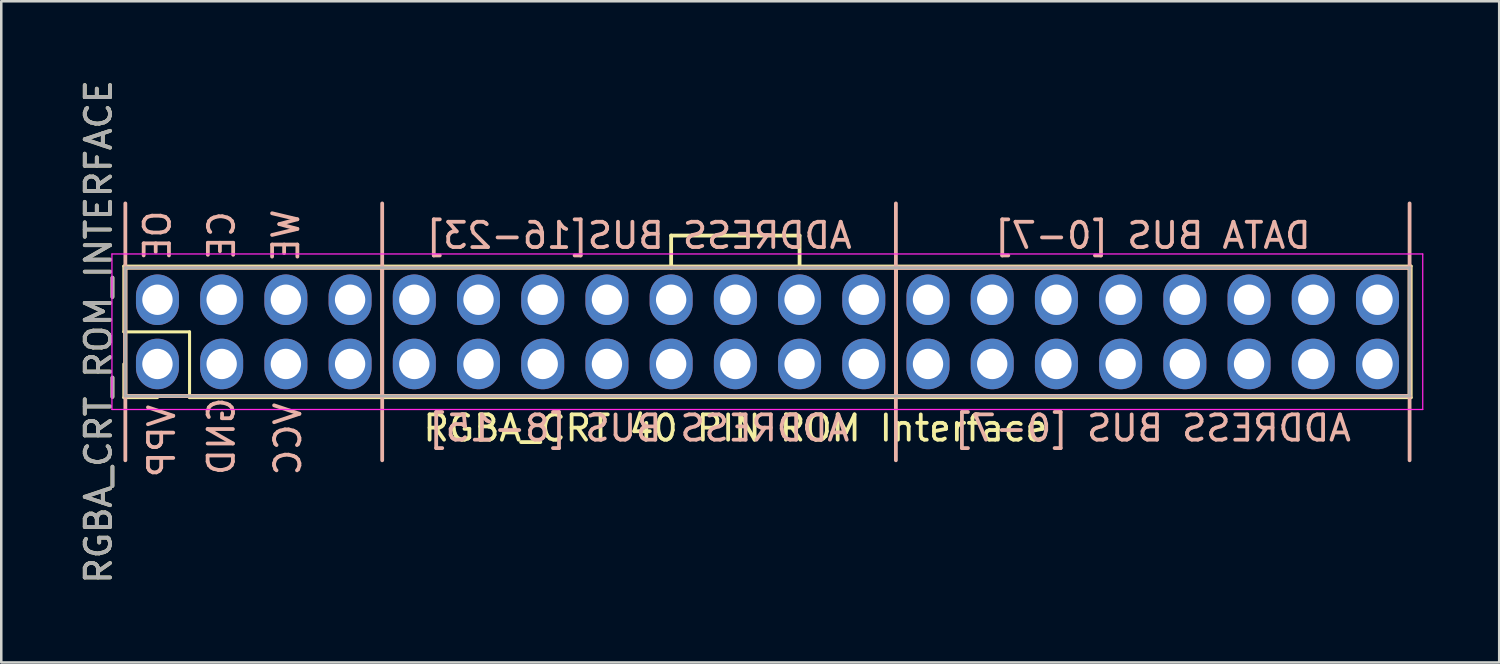
<source format=kicad_pcb>
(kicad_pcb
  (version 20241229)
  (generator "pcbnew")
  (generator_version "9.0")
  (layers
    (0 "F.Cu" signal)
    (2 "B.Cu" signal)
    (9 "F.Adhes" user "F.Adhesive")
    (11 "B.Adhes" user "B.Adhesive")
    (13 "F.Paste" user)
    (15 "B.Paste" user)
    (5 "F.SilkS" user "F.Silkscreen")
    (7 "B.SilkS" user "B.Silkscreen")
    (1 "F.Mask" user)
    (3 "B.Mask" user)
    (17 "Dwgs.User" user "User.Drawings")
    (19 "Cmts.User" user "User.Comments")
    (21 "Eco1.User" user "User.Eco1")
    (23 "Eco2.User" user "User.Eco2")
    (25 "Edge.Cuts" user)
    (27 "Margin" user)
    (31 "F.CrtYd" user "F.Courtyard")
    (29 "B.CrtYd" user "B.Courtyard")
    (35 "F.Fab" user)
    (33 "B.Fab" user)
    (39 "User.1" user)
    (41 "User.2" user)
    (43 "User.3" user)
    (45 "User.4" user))
  (footprint "RGBA_CRT_ROM_INTERFACE"
    (layer "F.Cu")
    (at 26.038 11.347)
    (property "Reference" "RGBA_CRT_ROM_INTERFACE" (at -25.19 -1.27 90) (layer "F.SilkS") (effects (font (size 1 1) (thickness 0.15))))
    (attr through_hole)
    (fp_line (start -24.19 -3.87) (end -24.19 -1.27) (stroke (width 0.12) (type solid)) (layer "F.SilkS"))
    (fp_line (start -24.19 -1.27) (end -21.59 -1.27) (stroke (width 0.12) (type solid)) (layer "F.SilkS"))
    (fp_line (start -24.19 1.33) (end -24.19 0) (stroke (width 0.12) (type solid)) (layer "F.SilkS"))
    (fp_line (start -24.13 -3.81) (end -24.13 1.27) (stroke (width 0.15) (type solid)) (layer "F.SilkS"))
    (fp_line (start -24.13 1.27) (end 26.67 1.27) (stroke (width 0.15) (type solid)) (layer "F.SilkS"))
    (fp_line (start -22.86 1.33) (end -24.19 1.33) (stroke (width 0.12) (type solid)) (layer "F.SilkS"))
    (fp_line (start -21.59 -1.27) (end -21.59 1.33) (stroke (width 0.12) (type solid)) (layer "F.SilkS"))
    (fp_line (start -21.59 1.33) (end 26.73 1.33) (stroke (width 0.12) (type solid)) (layer "F.SilkS"))
    (fp_line (start -13.97 1.27) (end -13.97 -3.81) (stroke (width 0.15) (type solid)) (layer "F.SilkS"))
    (fp_line (start -2.54 -5.08) (end 2.54 -5.08) (stroke (width 0.15) (type solid)) (layer "F.SilkS"))
    (fp_line (start -2.54 -3.81) (end -2.54 -5.08) (stroke (width 0.15) (type solid)) (layer "F.SilkS"))
    (fp_line (start 2.54 -5.08) (end 2.54 -3.81) (stroke (width 0.15) (type solid)) (layer "F.SilkS"))
    (fp_line (start 6.35 -3.81) (end 6.35 1.27) (stroke (width 0.15) (type solid)) (layer "F.SilkS"))
    (fp_line (start 26.67 -3.81) (end -24.13 -3.81) (stroke (width 0.15) (type solid)) (layer "F.SilkS"))
    (fp_line (start 26.67 1.27) (end 26.67 -3.81) (stroke (width 0.15) (type solid)) (layer "F.SilkS"))
    (fp_line (start 26.73 -3.87) (end -24.19 -3.87) (stroke (width 0.12) (type solid)) (layer "F.SilkS"))
    (fp_line (start 26.73 1.33) (end 26.73 -3.87) (stroke (width 0.12) (type solid)) (layer "F.SilkS"))
    (fp_line (start -24.13 -6.35) (end -24.13 3.81) (stroke (width 0.15) (type solid)) (layer "B.SilkS"))
    (fp_line (start -24.13 -3.81) (end 26.67 -3.81) (stroke (width 0.15) (type solid)) (layer "B.SilkS"))
    (fp_line (start -24.13 1.27) (end -24.13 -3.81) (stroke (width 0.15) (type solid)) (layer "B.SilkS"))
    (fp_line (start -13.97 -6.35) (end -13.97 -3.81) (stroke (width 0.15) (type solid)) (layer "B.SilkS"))
    (fp_line (start -13.97 -3.81) (end -13.97 1.27) (stroke (width 0.15) (type solid)) (layer "B.SilkS"))
    (fp_line (start -13.97 1.27) (end -13.97 3.81) (stroke (width 0.15) (type solid)) (layer "B.SilkS"))
    (fp_line (start 6.35 -6.35) (end 6.35 -3.81) (stroke (width 0.15) (type solid)) (layer "B.SilkS"))
    (fp_line (start 6.35 -3.81) (end 6.35 1.27) (stroke (width 0.15) (type solid)) (layer "B.SilkS"))
    (fp_line (start 6.35 1.27) (end 6.35 3.81) (stroke (width 0.15) (type solid)) (layer "B.SilkS"))
    (fp_line (start 26.67 -6.35) (end 26.67 -3.81) (stroke (width 0.15) (type solid)) (layer "B.SilkS"))
    (fp_line (start 26.67 -3.81) (end 6.35 -3.81) (stroke (width 0.15) (type solid)) (layer "B.SilkS"))
    (fp_line (start 26.67 -3.81) (end 26.67 1.27) (stroke (width 0.15) (type solid)) (layer "B.SilkS"))
    (fp_line (start 26.67 1.27) (end -24.13 1.27) (stroke (width 0.15) (type solid)) (layer "B.SilkS"))
    (fp_line (start 26.67 1.27) (end 6.35 1.27) (stroke (width 0.15) (type solid)) (layer "B.SilkS"))
    (fp_line (start 26.67 3.81) (end 26.67 1.27) (stroke (width 0.15) (type solid)) (layer "B.SilkS"))
    (fp_line (start -24.66 -4.35) (end -24.66 1.8) (stroke (width 0.05) (type solid)) (layer "F.CrtYd"))
    (fp_line (start -24.66 1.8) (end 27.19 1.8) (stroke (width 0.05) (type solid)) (layer "F.CrtYd"))
    (fp_line (start 27.19 -4.35) (end -24.66 -4.35) (stroke (width 0.05) (type solid)) (layer "F.CrtYd"))
    (fp_line (start 27.19 1.8) (end 27.19 -4.35) (stroke (width 0.05) (type solid)) (layer "F.CrtYd"))
    (fp_line (start -24.13 -3.81) (end -24.13 1.27) (stroke (width 0.1) (type solid)) (layer "F.Fab"))
    (fp_line (start -24.13 1.27) (end 26.67 1.27) (stroke (width 0.1) (type solid)) (layer "F.Fab"))
    (fp_line (start 26.67 -3.81) (end -24.13 -3.81) (stroke (width 0.1) (type solid)) (layer "F.Fab"))
    (fp_line (start 26.67 1.27) (end 26.67 -3.81) (stroke (width 0.1) (type solid)) (layer "F.Fab"))
    (fp_text user "RGBA_CRT 40 PIN ROM Interface" (at 0 2.54 0) (layer "F.SilkS") (effects (font (size 1 1) (thickness 0.15))))
    (fp_text user "WE" (at -17.78 -5.08 90) (layer "B.SilkS") (effects (font (size 1 1) (thickness 0.15)) (justify mirror)))
    (fp_text user "DATA BUS [0-7]" (at 16.51 -5.08 180) (layer "B.SilkS") (effects (font (size 1 1) (thickness 0.15)) (justify mirror)))
    (fp_text user "CE" (at -20.32 -5.08 90) (layer "B.SilkS") (effects (font (size 1 1) (thickness 0.15)) (justify mirror)))
    (fp_text user "GND" (at -20.33 2.86 90) (layer "B.SilkS") (effects (font (size 1 1) (thickness 0.15)) (justify mirror)))
    (fp_text user "VPP" (at -22.69 3.05 90) (layer "B.SilkS") (effects (font (size 1 1) (thickness 0.15)) (justify mirror)))
    (fp_text user "ADDRESS BUS[16-23]" (at -3.81 -5.08 180) (layer "B.SilkS") (effects (font (size 1 1) (thickness 0.15)) (justify mirror)))
    (fp_text user "VCC" (at -17.7 2.97 90) (layer "B.SilkS") (effects (font (size 1 1) (thickness 0.15)) (justify mirror)))
    (fp_text user "ADDRESS BUS [8-15]" (at -3.81 2.54 0) (layer "B.SilkS") (effects (font (size 1 1) (thickness 0.15)) (justify mirror)))
    (fp_text user "ADDRESS BUS [0-7]" (at 16.51 2.54 0) (layer "B.SilkS") (effects (font (size 1 1) (thickness 0.15)) (justify mirror)))
    (fp_text user "OE" (at -22.86 -5.08 90) (layer "B.SilkS") (effects (font (size 1 1) (thickness 0.15)) (justify mirror)))
    (fp_text user "${REFERENCE}" (at -25.19 -1.27 90) (layer "F.Fab") (effects (font (size 1 1) (thickness 0.15))))
    (pad "1" thru_hole oval (at -22.86 0 90) (size 2 1.7) (drill 1.2) (layers "*.Cu" "*.Mask"))
    (pad "2" thru_hole oval (at -20.32 0 90) (size 2 1.7) (drill 1.2) (layers "*.Cu" "*.Mask"))
    (pad "3" thru_hole oval (at -17.78 0 90) (size 2 1.7) (drill 1.2) (layers "*.Cu" "*.Mask"))
    (pad "4" thru_hole oval (at -15.24 0 90) (size 2 1.7) (drill 1.2) (layers "*.Cu" "*.Mask"))
    (pad "5" thru_hole oval (at -12.7 0 90) (size 2 1.7) (drill 1.2) (layers "*.Cu" "*.Mask"))
    (pad "6" thru_hole oval (at -10.16 0 90) (size 2 1.7) (drill 1.2) (layers "*.Cu" "*.Mask"))
    (pad "7" thru_hole oval (at -7.62 0 90) (size 2 1.7) (drill 1.2) (layers "*.Cu" "*.Mask"))
    (pad "8" thru_hole oval (at -5.08 0 90) (size 2 1.7) (drill 1.2) (layers "*.Cu" "*.Mask"))
    (pad "9" thru_hole oval (at -2.54 0 90) (size 2 1.7) (drill 1.2) (layers "*.Cu" "*.Mask"))
    (pad "10" thru_hole oval (at 0 0 90) (size 2 1.7) (drill 1.2) (layers "*.Cu" "*.Mask"))
    (pad "11" thru_hole oval (at 2.54 0 90) (size 2 1.7) (drill 1.2) (layers "*.Cu" "*.Mask"))
    (pad "12" thru_hole oval (at 5.08 0 90) (size 2 1.7) (drill 1.2) (layers "*.Cu" "*.Mask"))
    (pad "13" thru_hole oval (at 7.62 0 90) (size 2 1.7) (drill 1.2) (layers "*.Cu" "*.Mask"))
    (pad "14" thru_hole oval (at 10.16 0 90) (size 2 1.7) (drill 1.2) (layers "*.Cu" "*.Mask"))
    (pad "15" thru_hole oval (at 12.7 0 90) (size 2 1.7) (drill 1.2) (layers "*.Cu" "*.Mask"))
    (pad "16" thru_hole oval (at 15.24 0 90) (size 2 1.7) (drill 1.2) (layers "*.Cu" "*.Mask"))
    (pad "17" thru_hole oval (at 17.78 0 90) (size 2 1.7) (drill 1.2) (layers "*.Cu" "*.Mask"))
    (pad "18" thru_hole oval (at 20.32 0 90) (size 2 1.7) (drill 1.2) (layers "*.Cu" "*.Mask"))
    (pad "19" thru_hole oval (at 22.86 0 90) (size 2 1.7) (drill 1.2) (layers "*.Cu" "*.Mask"))
    (pad "20" thru_hole oval (at 25.4 0 90) (size 2 1.7) (drill 1.2) (layers "*.Cu" "*.Mask"))
    (pad "21" thru_hole oval (at 25.4 -2.54 90) (size 2 1.7) (drill 1.2) (layers "*.Cu" "*.Mask"))
    (pad "22" thru_hole oval (at 22.86 -2.54 90) (size 2 1.7) (drill 1.2) (layers "*.Cu" "*.Mask"))
    (pad "23" thru_hole oval (at 20.32 -2.54 90) (size 2 1.7) (drill 1.2) (layers "*.Cu" "*.Mask"))
    (pad "24" thru_hole oval (at 17.78 -2.54 90) (size 2 1.7) (drill 1.2) (layers "*.Cu" "*.Mask"))
    (pad "25" thru_hole oval (at 15.24 -2.54 90) (size 2 1.7) (drill 1.2) (layers "*.Cu" "*.Mask"))
    (pad "26" thru_hole oval (at 12.7 -2.54 90) (size 2 1.7) (drill 1.2) (layers "*.Cu" "*.Mask"))
    (pad "27" thru_hole oval (at 10.16 -2.54 90) (size 2 1.7) (drill 1.2) (layers "*.Cu" "*.Mask"))
    (pad "28" thru_hole oval (at 7.62 -2.54 90) (size 2 1.7) (drill 1.2) (layers "*.Cu" "*.Mask"))
    (pad "29" thru_hole oval (at 5.08 -2.54 90) (size 2 1.7) (drill 1.2) (layers "*.Cu" "*.Mask"))
    (pad "30" thru_hole oval (at 2.54 -2.54 90) (size 2 1.7) (drill 1.2) (layers "*.Cu" "*.Mask"))
    (pad "31" thru_hole oval (at 0 -2.54 90) (size 2 1.7) (drill 1.2) (layers "*.Cu" "*.Mask"))
    (pad "32" thru_hole oval (at -2.54 -2.54 90) (size 2 1.7) (drill 1.2) (layers "*.Cu" "*.Mask"))
    (pad "33" thru_hole oval (at -5.08 -2.54 90) (size 2 1.7) (drill 1.2) (layers "*.Cu" "*.Mask"))
    (pad "34" thru_hole oval (at -7.62 -2.54 90) (size 2 1.7) (drill 1.2) (layers "*.Cu" "*.Mask"))
    (pad "35" thru_hole oval (at -10.16 -2.54 90) (size 2 1.7) (drill 1.2) (layers "*.Cu" "*.Mask"))
    (pad "36" thru_hole oval (at -12.7 -2.54 90) (size 2 1.7) (drill 1.2) (layers "*.Cu" "*.Mask"))
    (pad "37" thru_hole oval (at -15.24 -2.54 90) (size 2 1.7) (drill 1.2) (layers "*.Cu" "*.Mask"))
    (pad "38" thru_hole oval (at -17.78 -2.54 90) (size 2 1.7) (drill 1.2) (layers "*.Cu" "*.Mask"))
    (pad "39" thru_hole oval (at -20.32 -2.54 90) (size 2 1.7) (drill 1.2) (layers "*.Cu" "*.Mask"))
    (pad "40" thru_hole oval (at -22.86 -2.54 90) (size 2 1.7) (drill 1.2) (layers "*.Cu" "*.Mask")))
  (gr_rect
    (start -3 -3)
    (end 56.253 23.155)
    (stroke (width 0.1) (type default))
    (fill no)
    (layer "Edge.Cuts")))
</source>
